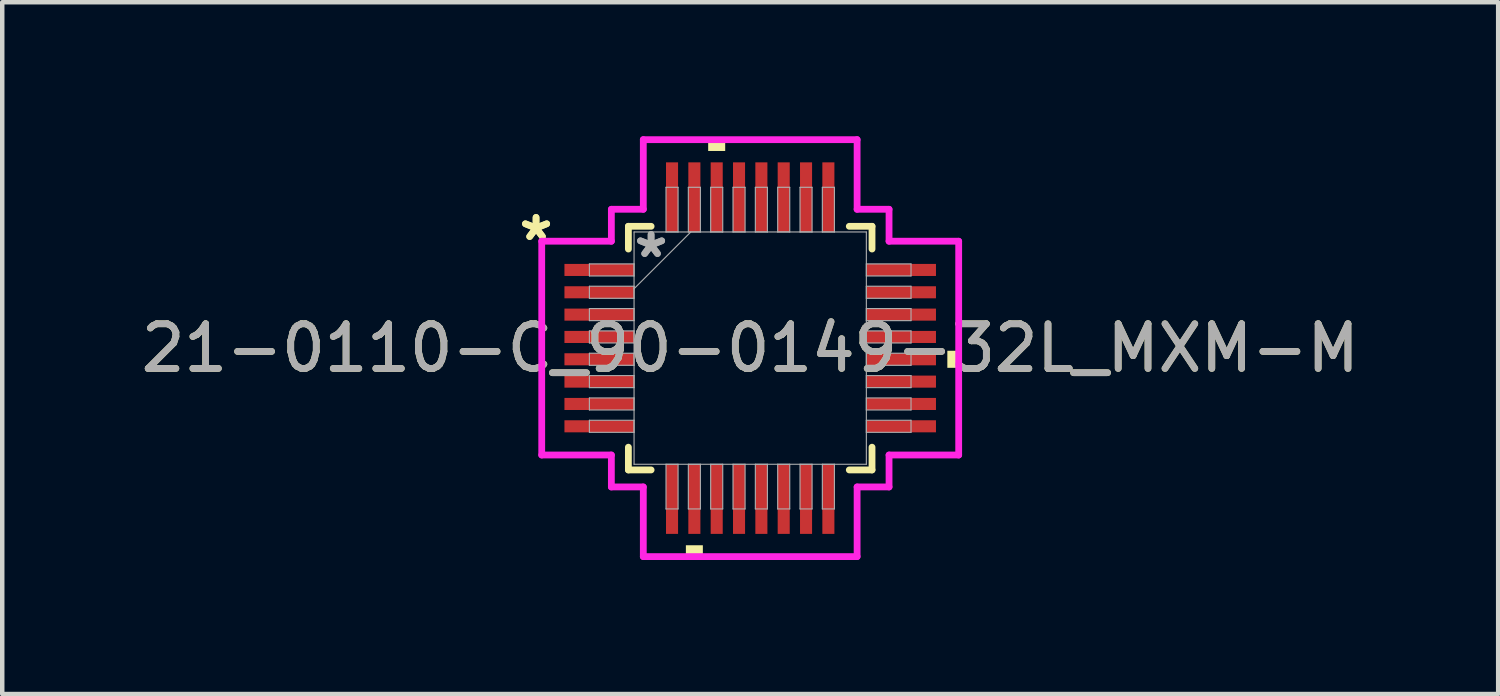
<source format=kicad_pcb>
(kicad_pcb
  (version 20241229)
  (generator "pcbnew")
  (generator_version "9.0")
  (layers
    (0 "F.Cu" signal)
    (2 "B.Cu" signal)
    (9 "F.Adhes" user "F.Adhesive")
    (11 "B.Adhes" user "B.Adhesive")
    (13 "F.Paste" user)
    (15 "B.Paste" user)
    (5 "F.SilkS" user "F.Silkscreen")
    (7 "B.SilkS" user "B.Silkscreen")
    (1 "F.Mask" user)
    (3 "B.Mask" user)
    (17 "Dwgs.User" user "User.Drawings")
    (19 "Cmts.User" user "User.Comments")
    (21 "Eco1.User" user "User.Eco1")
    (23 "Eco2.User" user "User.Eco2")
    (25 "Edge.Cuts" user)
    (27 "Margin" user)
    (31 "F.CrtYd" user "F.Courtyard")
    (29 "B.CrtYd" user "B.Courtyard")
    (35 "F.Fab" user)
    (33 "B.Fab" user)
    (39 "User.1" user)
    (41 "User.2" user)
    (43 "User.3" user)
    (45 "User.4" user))
  (footprint "21-0110-C_90-0149-32L_MXM-M"
    (layer "F.Cu")
    (at 13.744 4.743)
    (property "Reference" "21-0110-C_90-0149-32L_MXM-M" (at 0 0 0) (unlocked yes) (layer "F.SilkS") (effects (font (size 1 1) (thickness 0.15))))
    (attr smd)
    (fp_line (start -2.727 -2.727) (end -2.727 -2.218) (stroke (width 0.152) (type solid)) (layer "F.SilkS"))
    (fp_line (start -2.727 2.218) (end -2.727 2.727) (stroke (width 0.152) (type solid)) (layer "F.SilkS"))
    (fp_line (start -2.727 2.727) (end -2.218 2.727) (stroke (width 0.152) (type solid)) (layer "F.SilkS"))
    (fp_line (start -2.218 -2.727) (end -2.727 -2.727) (stroke (width 0.152) (type solid)) (layer "F.SilkS"))
    (fp_line (start 2.218 2.727) (end 2.727 2.727) (stroke (width 0.152) (type solid)) (layer "F.SilkS"))
    (fp_line (start 2.727 -2.727) (end 2.218 -2.727) (stroke (width 0.152) (type solid)) (layer "F.SilkS"))
    (fp_line (start 2.727 -2.218) (end 2.727 -2.727) (stroke (width 0.152) (type solid)) (layer "F.SilkS"))
    (fp_line (start 2.727 2.727) (end 2.727 2.218) (stroke (width 0.152) (type solid)) (layer "F.SilkS"))
    (fp_poly (pts (xy -1.44 4.413) (xy -1.44 4.667) (xy -1.06 4.667) (xy -1.06 4.413)) (stroke (width 0) (type solid)) (fill yes) (layer "F.SilkS"))
    (fp_poly (pts (xy -0.941 -4.413) (xy -0.941 -4.667) (xy -0.56 -4.667) (xy -0.56 -4.413)) (stroke (width 0) (type solid)) (fill yes) (layer "F.SilkS"))
    (fp_poly (pts (xy 4.667 0.059) (xy 4.667 0.441) (xy 4.413 0.441) (xy 4.413 0.059)) (stroke (width 0) (type solid)) (fill yes) (layer "F.SilkS"))
    (fp_line (start -4.667 -2.393) (end -3.108 -2.393) (stroke (width 0.152) (type solid)) (layer "F.CrtYd"))
    (fp_line (start -4.667 2.393) (end -4.667 -2.393) (stroke (width 0.152) (type solid)) (layer "F.CrtYd"))
    (fp_line (start -3.108 -3.108) (end -2.393 -3.108) (stroke (width 0.152) (type solid)) (layer "F.CrtYd"))
    (fp_line (start -3.108 -2.393) (end -3.108 -3.108) (stroke (width 0.152) (type solid)) (layer "F.CrtYd"))
    (fp_line (start -3.108 2.393) (end -4.667 2.393) (stroke (width 0.152) (type solid)) (layer "F.CrtYd"))
    (fp_line (start -3.108 3.108) (end -3.108 2.393) (stroke (width 0.152) (type solid)) (layer "F.CrtYd"))
    (fp_line (start -3.108 3.108) (end -2.393 3.108) (stroke (width 0.152) (type solid)) (layer "F.CrtYd"))
    (fp_line (start -2.393 -4.667) (end 2.393 -4.667) (stroke (width 0.152) (type solid)) (layer "F.CrtYd"))
    (fp_line (start -2.393 -3.108) (end -2.393 -4.667) (stroke (width 0.152) (type solid)) (layer "F.CrtYd"))
    (fp_line (start -2.393 3.108) (end -2.393 4.667) (stroke (width 0.152) (type solid)) (layer "F.CrtYd"))
    (fp_line (start -2.393 4.667) (end 2.393 4.667) (stroke (width 0.152) (type solid)) (layer "F.CrtYd"))
    (fp_line (start 2.393 -4.667) (end 2.393 -3.108) (stroke (width 0.152) (type solid)) (layer "F.CrtYd"))
    (fp_line (start 2.393 -3.108) (end 3.108 -3.108) (stroke (width 0.152) (type solid)) (layer "F.CrtYd"))
    (fp_line (start 2.393 3.108) (end 3.108 3.108) (stroke (width 0.152) (type solid)) (layer "F.CrtYd"))
    (fp_line (start 2.393 4.667) (end 2.393 3.108) (stroke (width 0.152) (type solid)) (layer "F.CrtYd"))
    (fp_line (start 3.108 -2.393) (end 3.108 -3.108) (stroke (width 0.152) (type solid)) (layer "F.CrtYd"))
    (fp_line (start 3.108 2.393) (end 4.667 2.393) (stroke (width 0.152) (type solid)) (layer "F.CrtYd"))
    (fp_line (start 3.108 3.108) (end 3.108 2.393) (stroke (width 0.152) (type solid)) (layer "F.CrtYd"))
    (fp_line (start 4.667 -2.393) (end 3.108 -2.393) (stroke (width 0.152) (type solid)) (layer "F.CrtYd"))
    (fp_line (start 4.667 2.393) (end 4.667 -2.393) (stroke (width 0.152) (type solid)) (layer "F.CrtYd"))
    (fp_line (start -3.6 -1.885) (end -3.6 -1.615) (stroke (width 0.025) (type solid)) (layer "F.Fab"))
    (fp_line (start -3.6 -1.615) (end -2.6 -1.615) (stroke (width 0.025) (type solid)) (layer "F.Fab"))
    (fp_line (start -3.6 -1.385) (end -3.6 -1.115) (stroke (width 0.025) (type solid)) (layer "F.Fab"))
    (fp_line (start -3.6 -1.115) (end -2.6 -1.115) (stroke (width 0.025) (type solid)) (layer "F.Fab"))
    (fp_line (start -3.6 -0.885) (end -3.6 -0.615) (stroke (width 0.025) (type solid)) (layer "F.Fab"))
    (fp_line (start -3.6 -0.615) (end -2.6 -0.615) (stroke (width 0.025) (type solid)) (layer "F.Fab"))
    (fp_line (start -3.6 -0.385) (end -3.6 -0.115) (stroke (width 0.025) (type solid)) (layer "F.Fab"))
    (fp_line (start -3.6 -0.115) (end -2.6 -0.115) (stroke (width 0.025) (type solid)) (layer "F.Fab"))
    (fp_line (start -3.6 0.115) (end -3.6 0.385) (stroke (width 0.025) (type solid)) (layer "F.Fab"))
    (fp_line (start -3.6 0.385) (end -2.6 0.385) (stroke (width 0.025) (type solid)) (layer "F.Fab"))
    (fp_line (start -3.6 0.615) (end -3.6 0.885) (stroke (width 0.025) (type solid)) (layer "F.Fab"))
    (fp_line (start -3.6 0.885) (end -2.6 0.885) (stroke (width 0.025) (type solid)) (layer "F.Fab"))
    (fp_line (start -3.6 1.115) (end -3.6 1.385) (stroke (width 0.025) (type solid)) (layer "F.Fab"))
    (fp_line (start -3.6 1.385) (end -2.6 1.385) (stroke (width 0.025) (type solid)) (layer "F.Fab"))
    (fp_line (start -3.6 1.615) (end -3.6 1.885) (stroke (width 0.025) (type solid)) (layer "F.Fab"))
    (fp_line (start -3.6 1.885) (end -2.6 1.885) (stroke (width 0.025) (type solid)) (layer "F.Fab"))
    (fp_line (start -2.6 -2.6) (end -2.6 2.6) (stroke (width 0.025) (type solid)) (layer "F.Fab"))
    (fp_line (start -2.6 -1.885) (end -3.6 -1.885) (stroke (width 0.025) (type solid)) (layer "F.Fab"))
    (fp_line (start -2.6 -1.615) (end -2.6 -1.885) (stroke (width 0.025) (type solid)) (layer "F.Fab"))
    (fp_line (start -2.6 -1.385) (end -3.6 -1.385) (stroke (width 0.025) (type solid)) (layer "F.Fab"))
    (fp_line (start -2.6 -1.33) (end -1.33 -2.6) (stroke (width 0.025) (type solid)) (layer "F.Fab"))
    (fp_line (start -2.6 -1.115) (end -2.6 -1.385) (stroke (width 0.025) (type solid)) (layer "F.Fab"))
    (fp_line (start -2.6 -0.885) (end -3.6 -0.885) (stroke (width 0.025) (type solid)) (layer "F.Fab"))
    (fp_line (start -2.6 -0.615) (end -2.6 -0.885) (stroke (width 0.025) (type solid)) (layer "F.Fab"))
    (fp_line (start -2.6 -0.385) (end -3.6 -0.385) (stroke (width 0.025) (type solid)) (layer "F.Fab"))
    (fp_line (start -2.6 -0.115) (end -2.6 -0.385) (stroke (width 0.025) (type solid)) (layer "F.Fab"))
    (fp_line (start -2.6 0.115) (end -3.6 0.115) (stroke (width 0.025) (type solid)) (layer "F.Fab"))
    (fp_line (start -2.6 0.385) (end -2.6 0.115) (stroke (width 0.025) (type solid)) (layer "F.Fab"))
    (fp_line (start -2.6 0.615) (end -3.6 0.615) (stroke (width 0.025) (type solid)) (layer "F.Fab"))
    (fp_line (start -2.6 0.885) (end -2.6 0.615) (stroke (width 0.025) (type solid)) (layer "F.Fab"))
    (fp_line (start -2.6 1.115) (end -3.6 1.115) (stroke (width 0.025) (type solid)) (layer "F.Fab"))
    (fp_line (start -2.6 1.385) (end -2.6 1.115) (stroke (width 0.025) (type solid)) (layer "F.Fab"))
    (fp_line (start -2.6 1.615) (end -3.6 1.615) (stroke (width 0.025) (type solid)) (layer "F.Fab"))
    (fp_line (start -2.6 1.885) (end -2.6 1.615) (stroke (width 0.025) (type solid)) (layer "F.Fab"))
    (fp_line (start -2.6 2.6) (end 2.6 2.6) (stroke (width 0.025) (type solid)) (layer "F.Fab"))
    (fp_line (start -1.885 -3.6) (end -1.885 -2.6) (stroke (width 0.025) (type solid)) (layer "F.Fab"))
    (fp_line (start -1.885 -2.6) (end -1.615 -2.6) (stroke (width 0.025) (type solid)) (layer "F.Fab"))
    (fp_line (start -1.885 2.6) (end -1.885 3.6) (stroke (width 0.025) (type solid)) (layer "F.Fab"))
    (fp_line (start -1.885 3.6) (end -1.615 3.6) (stroke (width 0.025) (type solid)) (layer "F.Fab"))
    (fp_line (start -1.615 -3.6) (end -1.885 -3.6) (stroke (width 0.025) (type solid)) (layer "F.Fab"))
    (fp_line (start -1.615 -2.6) (end -1.615 -3.6) (stroke (width 0.025) (type solid)) (layer "F.Fab"))
    (fp_line (start -1.615 2.6) (end -1.885 2.6) (stroke (width 0.025) (type solid)) (layer "F.Fab"))
    (fp_line (start -1.615 3.6) (end -1.615 2.6) (stroke (width 0.025) (type solid)) (layer "F.Fab"))
    (fp_line (start -1.385 -3.6) (end -1.385 -2.6) (stroke (width 0.025) (type solid)) (layer "F.Fab"))
    (fp_line (start -1.385 -2.6) (end -1.115 -2.6) (stroke (width 0.025) (type solid)) (layer "F.Fab"))
    (fp_line (start -1.385 2.6) (end -1.385 3.6) (stroke (width 0.025) (type solid)) (layer "F.Fab"))
    (fp_line (start -1.385 3.6) (end -1.115 3.6) (stroke (width 0.025) (type solid)) (layer "F.Fab"))
    (fp_line (start -1.115 -3.6) (end -1.385 -3.6) (stroke (width 0.025) (type solid)) (layer "F.Fab"))
    (fp_line (start -1.115 -2.6) (end -1.115 -3.6) (stroke (width 0.025) (type solid)) (layer "F.Fab"))
    (fp_line (start -1.115 2.6) (end -1.385 2.6) (stroke (width 0.025) (type solid)) (layer "F.Fab"))
    (fp_line (start -1.115 3.6) (end -1.115 2.6) (stroke (width 0.025) (type solid)) (layer "F.Fab"))
    (fp_line (start -0.885 -3.6) (end -0.885 -2.6) (stroke (width 0.025) (type solid)) (layer "F.Fab"))
    (fp_line (start -0.885 -2.6) (end -0.615 -2.6) (stroke (width 0.025) (type solid)) (layer "F.Fab"))
    (fp_line (start -0.885 2.6) (end -0.885 3.6) (stroke (width 0.025) (type solid)) (layer "F.Fab"))
    (fp_line (start -0.885 3.6) (end -0.615 3.6) (stroke (width 0.025) (type solid)) (layer "F.Fab"))
    (fp_line (start -0.615 -3.6) (end -0.885 -3.6) (stroke (width 0.025) (type solid)) (layer "F.Fab"))
    (fp_line (start -0.615 -2.6) (end -0.615 -3.6) (stroke (width 0.025) (type solid)) (layer "F.Fab"))
    (fp_line (start -0.615 2.6) (end -0.885 2.6) (stroke (width 0.025) (type solid)) (layer "F.Fab"))
    (fp_line (start -0.615 3.6) (end -0.615 2.6) (stroke (width 0.025) (type solid)) (layer "F.Fab"))
    (fp_line (start -0.385 -3.6) (end -0.385 -2.6) (stroke (width 0.025) (type solid)) (layer "F.Fab"))
    (fp_line (start -0.385 -2.6) (end -0.115 -2.6) (stroke (width 0.025) (type solid)) (layer "F.Fab"))
    (fp_line (start -0.385 2.6) (end -0.385 3.6) (stroke (width 0.025) (type solid)) (layer "F.Fab"))
    (fp_line (start -0.385 3.6) (end -0.115 3.6) (stroke (width 0.025) (type solid)) (layer "F.Fab"))
    (fp_line (start -0.115 -3.6) (end -0.385 -3.6) (stroke (width 0.025) (type solid)) (layer "F.Fab"))
    (fp_line (start -0.115 -2.6) (end -0.115 -3.6) (stroke (width 0.025) (type solid)) (layer "F.Fab"))
    (fp_line (start -0.115 2.6) (end -0.385 2.6) (stroke (width 0.025) (type solid)) (layer "F.Fab"))
    (fp_line (start -0.115 3.6) (end -0.115 2.6) (stroke (width 0.025) (type solid)) (layer "F.Fab"))
    (fp_line (start 0.115 -3.6) (end 0.115 -2.6) (stroke (width 0.025) (type solid)) (layer "F.Fab"))
    (fp_line (start 0.115 -2.6) (end 0.385 -2.6) (stroke (width 0.025) (type solid)) (layer "F.Fab"))
    (fp_line (start 0.115 2.6) (end 0.115 3.6) (stroke (width 0.025) (type solid)) (layer "F.Fab"))
    (fp_line (start 0.115 3.6) (end 0.385 3.6) (stroke (width 0.025) (type solid)) (layer "F.Fab"))
    (fp_line (start 0.385 -3.6) (end 0.115 -3.6) (stroke (width 0.025) (type solid)) (layer "F.Fab"))
    (fp_line (start 0.385 -2.6) (end 0.385 -3.6) (stroke (width 0.025) (type solid)) (layer "F.Fab"))
    (fp_line (start 0.385 2.6) (end 0.115 2.6) (stroke (width 0.025) (type solid)) (layer "F.Fab"))
    (fp_line (start 0.385 3.6) (end 0.385 2.6) (stroke (width 0.025) (type solid)) (layer "F.Fab"))
    (fp_line (start 0.615 -3.6) (end 0.615 -2.6) (stroke (width 0.025) (type solid)) (layer "F.Fab"))
    (fp_line (start 0.615 -2.6) (end 0.885 -2.6) (stroke (width 0.025) (type solid)) (layer "F.Fab"))
    (fp_line (start 0.615 2.6) (end 0.615 3.6) (stroke (width 0.025) (type solid)) (layer "F.Fab"))
    (fp_line (start 0.615 3.6) (end 0.885 3.6) (stroke (width 0.025) (type solid)) (layer "F.Fab"))
    (fp_line (start 0.885 -3.6) (end 0.615 -3.6) (stroke (width 0.025) (type solid)) (layer "F.Fab"))
    (fp_line (start 0.885 -2.6) (end 0.885 -3.6) (stroke (width 0.025) (type solid)) (layer "F.Fab"))
    (fp_line (start 0.885 2.6) (end 0.615 2.6) (stroke (width 0.025) (type solid)) (layer "F.Fab"))
    (fp_line (start 0.885 3.6) (end 0.885 2.6) (stroke (width 0.025) (type solid)) (layer "F.Fab"))
    (fp_line (start 1.115 -3.6) (end 1.115 -2.6) (stroke (width 0.025) (type solid)) (layer "F.Fab"))
    (fp_line (start 1.115 -2.6) (end 1.385 -2.6) (stroke (width 0.025) (type solid)) (layer "F.Fab"))
    (fp_line (start 1.115 2.6) (end 1.115 3.6) (stroke (width 0.025) (type solid)) (layer "F.Fab"))
    (fp_line (start 1.115 3.6) (end 1.385 3.6) (stroke (width 0.025) (type solid)) (layer "F.Fab"))
    (fp_line (start 1.385 -3.6) (end 1.115 -3.6) (stroke (width 0.025) (type solid)) (layer "F.Fab"))
    (fp_line (start 1.385 -2.6) (end 1.385 -3.6) (stroke (width 0.025) (type solid)) (layer "F.Fab"))
    (fp_line (start 1.385 2.6) (end 1.115 2.6) (stroke (width 0.025) (type solid)) (layer "F.Fab"))
    (fp_line (start 1.385 3.6) (end 1.385 2.6) (stroke (width 0.025) (type solid)) (layer "F.Fab"))
    (fp_line (start 1.615 -3.6) (end 1.615 -2.6) (stroke (width 0.025) (type solid)) (layer "F.Fab"))
    (fp_line (start 1.615 -2.6) (end 1.885 -2.6) (stroke (width 0.025) (type solid)) (layer "F.Fab"))
    (fp_line (start 1.615 2.6) (end 1.615 3.6) (stroke (width 0.025) (type solid)) (layer "F.Fab"))
    (fp_line (start 1.615 3.6) (end 1.885 3.6) (stroke (width 0.025) (type solid)) (layer "F.Fab"))
    (fp_line (start 1.885 -3.6) (end 1.615 -3.6) (stroke (width 0.025) (type solid)) (layer "F.Fab"))
    (fp_line (start 1.885 -2.6) (end 1.885 -3.6) (stroke (width 0.025) (type solid)) (layer "F.Fab"))
    (fp_line (start 1.885 2.6) (end 1.615 2.6) (stroke (width 0.025) (type solid)) (layer "F.Fab"))
    (fp_line (start 1.885 3.6) (end 1.885 2.6) (stroke (width 0.025) (type solid)) (layer "F.Fab"))
    (fp_line (start 2.6 -2.6) (end -2.6 -2.6) (stroke (width 0.025) (type solid)) (layer "F.Fab"))
    (fp_line (start 2.6 -1.885) (end 2.6 -1.615) (stroke (width 0.025) (type solid)) (layer "F.Fab"))
    (fp_line (start 2.6 -1.615) (end 3.6 -1.615) (stroke (width 0.025) (type solid)) (layer "F.Fab"))
    (fp_line (start 2.6 -1.385) (end 2.6 -1.115) (stroke (width 0.025) (type solid)) (layer "F.Fab"))
    (fp_line (start 2.6 -1.115) (end 3.6 -1.115) (stroke (width 0.025) (type solid)) (layer "F.Fab"))
    (fp_line (start 2.6 -0.885) (end 2.6 -0.615) (stroke (width 0.025) (type solid)) (layer "F.Fab"))
    (fp_line (start 2.6 -0.615) (end 3.6 -0.615) (stroke (width 0.025) (type solid)) (layer "F.Fab"))
    (fp_line (start 2.6 -0.385) (end 2.6 -0.115) (stroke (width 0.025) (type solid)) (layer "F.Fab"))
    (fp_line (start 2.6 -0.115) (end 3.6 -0.115) (stroke (width 0.025) (type solid)) (layer "F.Fab"))
    (fp_line (start 2.6 0.115) (end 2.6 0.385) (stroke (width 0.025) (type solid)) (layer "F.Fab"))
    (fp_line (start 2.6 0.385) (end 3.6 0.385) (stroke (width 0.025) (type solid)) (layer "F.Fab"))
    (fp_line (start 2.6 0.615) (end 2.6 0.885) (stroke (width 0.025) (type solid)) (layer "F.Fab"))
    (fp_line (start 2.6 0.885) (end 3.6 0.885) (stroke (width 0.025) (type solid)) (layer "F.Fab"))
    (fp_line (start 2.6 1.115) (end 2.6 1.385) (stroke (width 0.025) (type solid)) (layer "F.Fab"))
    (fp_line (start 2.6 1.385) (end 3.6 1.385) (stroke (width 0.025) (type solid)) (layer "F.Fab"))
    (fp_line (start 2.6 1.615) (end 2.6 1.885) (stroke (width 0.025) (type solid)) (layer "F.Fab"))
    (fp_line (start 2.6 1.885) (end 3.6 1.885) (stroke (width 0.025) (type solid)) (layer "F.Fab"))
    (fp_line (start 2.6 2.6) (end 2.6 -2.6) (stroke (width 0.025) (type solid)) (layer "F.Fab"))
    (fp_line (start 3.6 -1.885) (end 2.6 -1.885) (stroke (width 0.025) (type solid)) (layer "F.Fab"))
    (fp_line (start 3.6 -1.615) (end 3.6 -1.885) (stroke (width 0.025) (type solid)) (layer "F.Fab"))
    (fp_line (start 3.6 -1.385) (end 2.6 -1.385) (stroke (width 0.025) (type solid)) (layer "F.Fab"))
    (fp_line (start 3.6 -1.115) (end 3.6 -1.385) (stroke (width 0.025) (type solid)) (layer "F.Fab"))
    (fp_line (start 3.6 -0.885) (end 2.6 -0.885) (stroke (width 0.025) (type solid)) (layer "F.Fab"))
    (fp_line (start 3.6 -0.615) (end 3.6 -0.885) (stroke (width 0.025) (type solid)) (layer "F.Fab"))
    (fp_line (start 3.6 -0.385) (end 2.6 -0.385) (stroke (width 0.025) (type solid)) (layer "F.Fab"))
    (fp_line (start 3.6 -0.115) (end 3.6 -0.385) (stroke (width 0.025) (type solid)) (layer "F.Fab"))
    (fp_line (start 3.6 0.115) (end 2.6 0.115) (stroke (width 0.025) (type solid)) (layer "F.Fab"))
    (fp_line (start 3.6 0.385) (end 3.6 0.115) (stroke (width 0.025) (type solid)) (layer "F.Fab"))
    (fp_line (start 3.6 0.615) (end 2.6 0.615) (stroke (width 0.025) (type solid)) (layer "F.Fab"))
    (fp_line (start 3.6 0.885) (end 3.6 0.615) (stroke (width 0.025) (type solid)) (layer "F.Fab"))
    (fp_line (start 3.6 1.115) (end 2.6 1.115) (stroke (width 0.025) (type solid)) (layer "F.Fab"))
    (fp_line (start 3.6 1.385) (end 3.6 1.115) (stroke (width 0.025) (type solid)) (layer "F.Fab"))
    (fp_line (start 3.6 1.615) (end 2.6 1.615) (stroke (width 0.025) (type solid)) (layer "F.Fab"))
    (fp_line (start 3.6 1.885) (end 3.6 1.615) (stroke (width 0.025) (type solid)) (layer "F.Fab"))
    (fp_text user "*" (at -4.794 -2.381 0) (unlocked yes) (layer "F.SilkS") (effects (font (size 1 1) (thickness 0.15))))
    (fp_text user "*" (at -4.794 -2.381 0) (layer "F.SilkS") (effects (font (size 1 1) (thickness 0.15))))
    (fp_text user "${REFERENCE}" (at 0 0 0) (unlocked yes) (layer "F.Fab") (effects (font (size 1 1) (thickness 0.15))))
    (fp_text user "*" (at -2.219 -2 0) (layer "F.Fab") (effects (font (size 1 1) (thickness 0.15))))
    (fp_text user "*" (at -2.219 -2 0) (unlocked yes) (layer "F.Fab") (effects (font (size 1 1) (thickness 0.15))))
    (pad "1" smd rect (at -3.379 -1.75 90) (size 0.27 1.559) (layers "F.Cu" "F.Mask" "F.Paste"))
    (pad "2" smd rect (at -3.379 -1.25 90) (size 0.27 1.559) (layers "F.Cu" "F.Mask" "F.Paste"))
    (pad "3" smd rect (at -3.379 -0.75 90) (size 0.27 1.559) (layers "F.Cu" "F.Mask" "F.Paste"))
    (pad "4" smd rect (at -3.379 -0.25 90) (size 0.27 1.559) (layers "F.Cu" "F.Mask" "F.Paste"))
    (pad "5" smd rect (at -3.379 0.25 90) (size 0.27 1.559) (layers "F.Cu" "F.Mask" "F.Paste"))
    (pad "6" smd rect (at -3.379 0.75 90) (size 0.27 1.559) (layers "F.Cu" "F.Mask" "F.Paste"))
    (pad "7" smd rect (at -3.379 1.25 90) (size 0.27 1.559) (layers "F.Cu" "F.Mask" "F.Paste"))
    (pad "8" smd rect (at -3.379 1.75 90) (size 0.27 1.559) (layers "F.Cu" "F.Mask" "F.Paste"))
    (pad "9" smd rect (at -1.75 3.379) (size 0.27 1.559) (layers "F.Cu" "F.Mask" "F.Paste"))
    (pad "10" smd rect (at -1.25 3.379) (size 0.27 1.559) (layers "F.Cu" "F.Mask" "F.Paste"))
    (pad "11" smd rect (at -0.75 3.379) (size 0.27 1.559) (layers "F.Cu" "F.Mask" "F.Paste"))
    (pad "12" smd rect (at -0.25 3.379) (size 0.27 1.559) (layers "F.Cu" "F.Mask" "F.Paste"))
    (pad "13" smd rect (at 0.25 3.379) (size 0.27 1.559) (layers "F.Cu" "F.Mask" "F.Paste"))
    (pad "14" smd rect (at 0.75 3.379) (size 0.27 1.559) (layers "F.Cu" "F.Mask" "F.Paste"))
    (pad "15" smd rect (at 1.25 3.379) (size 0.27 1.559) (layers "F.Cu" "F.Mask" "F.Paste"))
    (pad "16" smd rect (at 1.75 3.379) (size 0.27 1.559) (layers "F.Cu" "F.Mask" "F.Paste"))
    (pad "17" smd rect (at 3.379 1.75 90) (size 0.27 1.559) (layers "F.Cu" "F.Mask" "F.Paste"))
    (pad "18" smd rect (at 3.379 1.25 90) (size 0.27 1.559) (layers "F.Cu" "F.Mask" "F.Paste"))
    (pad "19" smd rect (at 3.379 0.75 90) (size 0.27 1.559) (layers "F.Cu" "F.Mask" "F.Paste"))
    (pad "20" smd rect (at 3.379 0.25 90) (size 0.27 1.559) (layers "F.Cu" "F.Mask" "F.Paste"))
    (pad "21" smd rect (at 3.379 -0.25 90) (size 0.27 1.559) (layers "F.Cu" "F.Mask" "F.Paste"))
    (pad "22" smd rect (at 3.379 -0.75 90) (size 0.27 1.559) (layers "F.Cu" "F.Mask" "F.Paste"))
    (pad "23" smd rect (at 3.379 -1.25 90) (size 0.27 1.559) (layers "F.Cu" "F.Mask" "F.Paste"))
    (pad "24" smd rect (at 3.379 -1.75 90) (size 0.27 1.559) (layers "F.Cu" "F.Mask" "F.Paste"))
    (pad "25" smd rect (at 1.75 -3.379) (size 0.27 1.559) (layers "F.Cu" "F.Mask" "F.Paste"))
    (pad "26" smd rect (at 1.25 -3.379) (size 0.27 1.559) (layers "F.Cu" "F.Mask" "F.Paste"))
    (pad "27" smd rect (at 0.75 -3.379) (size 0.27 1.559) (layers "F.Cu" "F.Mask" "F.Paste"))
    (pad "28" smd rect (at 0.25 -3.379) (size 0.27 1.559) (layers "F.Cu" "F.Mask" "F.Paste"))
    (pad "29" smd rect (at -0.25 -3.379) (size 0.27 1.559) (layers "F.Cu" "F.Mask" "F.Paste"))
    (pad "30" smd rect (at -0.75 -3.379) (size 0.27 1.559) (layers "F.Cu" "F.Mask" "F.Paste"))
    (pad "31" smd rect (at -1.25 -3.379) (size 0.27 1.559) (layers "F.Cu" "F.Mask" "F.Paste"))
    (pad "32" smd rect (at -1.75 -3.379) (size 0.27 1.559) (layers "F.Cu" "F.Mask" "F.Paste")))
  (gr_rect
    (start -3 -3)
    (end 30.488 12.486)
    (stroke (width 0.1) (type default))
    (fill no)
    (layer "Edge.Cuts")))
</source>
